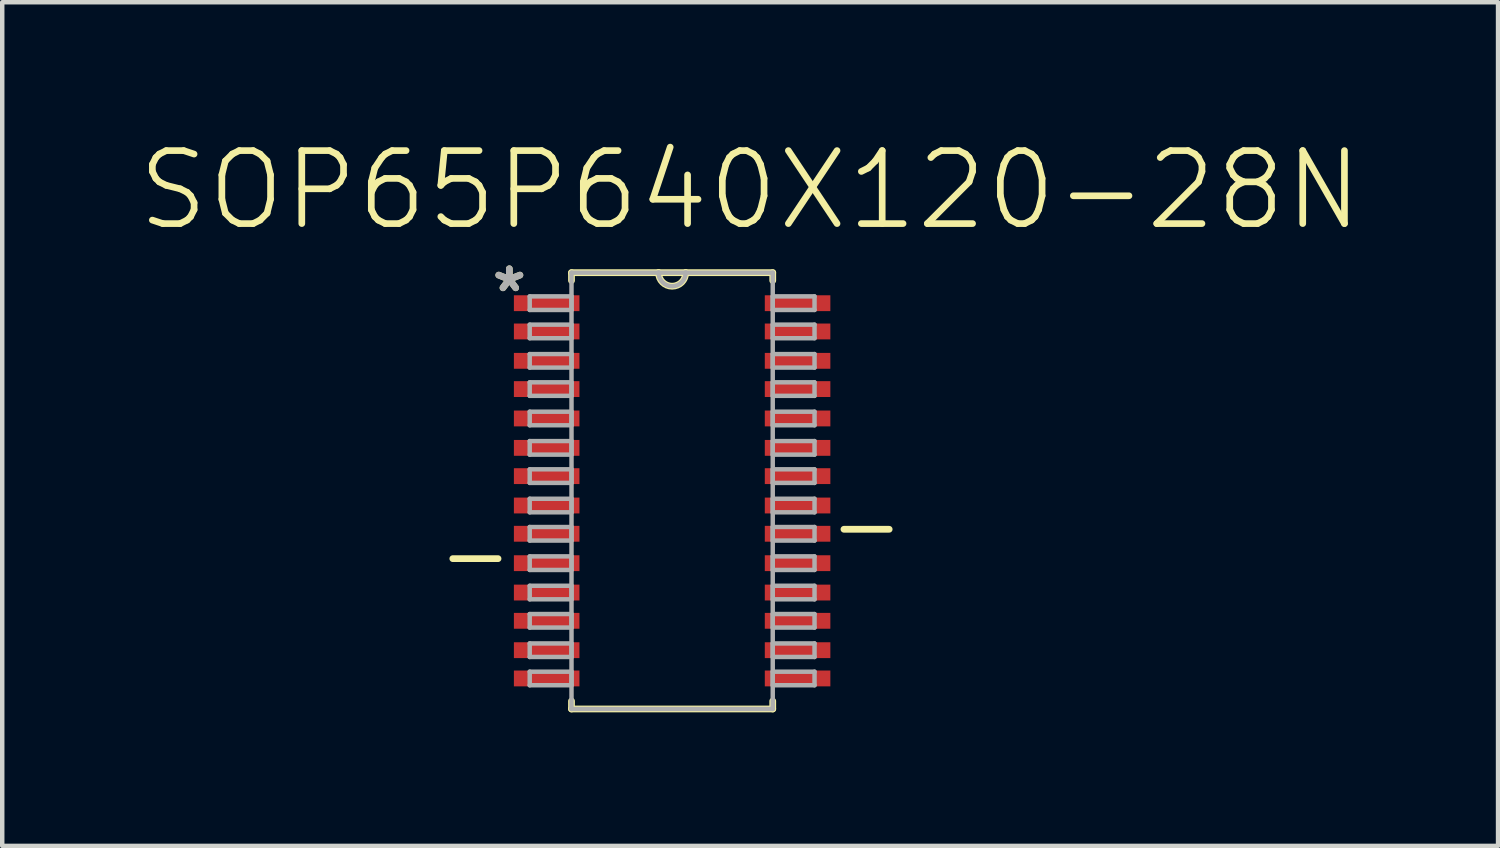
<source format=kicad_pcb>
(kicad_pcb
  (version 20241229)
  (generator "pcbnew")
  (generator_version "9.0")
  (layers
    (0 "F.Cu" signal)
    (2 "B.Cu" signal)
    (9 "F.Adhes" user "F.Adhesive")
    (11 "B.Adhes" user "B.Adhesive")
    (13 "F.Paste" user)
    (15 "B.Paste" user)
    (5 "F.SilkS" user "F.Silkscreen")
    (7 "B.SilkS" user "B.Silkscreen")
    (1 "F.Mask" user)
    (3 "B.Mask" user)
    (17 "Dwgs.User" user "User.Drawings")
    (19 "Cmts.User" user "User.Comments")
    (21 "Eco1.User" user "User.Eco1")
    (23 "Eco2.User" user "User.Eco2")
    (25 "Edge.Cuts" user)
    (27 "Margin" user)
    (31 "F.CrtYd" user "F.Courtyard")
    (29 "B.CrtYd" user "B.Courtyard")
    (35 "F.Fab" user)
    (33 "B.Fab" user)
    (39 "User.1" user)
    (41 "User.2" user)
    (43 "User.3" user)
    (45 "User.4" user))
  (footprint "SOP65P640X120-28N"
    (layer "F.Cu")
    (at 12.053 7.979)
    (property "Reference" "SOP65P640X120-28N" (at 1.753 -6.756 0) (layer "F.SilkS") (effects (font (size 1.64 1.64) (thickness 0.15))))
    (attr smd)
    (fp_line (start -4.928 1.524) (end -3.912 1.524) (stroke (width 0.152) (type solid)) (layer "F.SilkS"))
    (fp_line (start -2.261 -4.902) (end -2.261 -4.724) (stroke (width 0.152) (type solid)) (layer "F.SilkS"))
    (fp_line (start -2.261 4.724) (end -2.261 4.902) (stroke (width 0.152) (type solid)) (layer "F.SilkS"))
    (fp_line (start -2.261 4.902) (end 2.261 4.902) (stroke (width 0.152) (type solid)) (layer "F.SilkS"))
    (fp_line (start -0.305 -4.902) (end -2.261 -4.902) (stroke (width 0.152) (type solid)) (layer "F.SilkS"))
    (fp_line (start 0.305 -4.902) (end -0.305 -4.902) (stroke (width 0.152) (type solid)) (layer "F.SilkS"))
    (fp_line (start 2.261 -4.902) (end 0.305 -4.902) (stroke (width 0.152) (type solid)) (layer "F.SilkS"))
    (fp_line (start 2.261 -4.724) (end 2.261 -4.902) (stroke (width 0.152) (type solid)) (layer "F.SilkS"))
    (fp_line (start 2.261 4.902) (end 2.261 4.724) (stroke (width 0.152) (type solid)) (layer "F.SilkS"))
    (fp_line (start 3.861 0.864) (end 4.877 0.864) (stroke (width 0.152) (type solid)) (layer "F.SilkS"))
    (fp_arc (start 0.3048 -4.9022) (mid 0 -4.5974) (end -0.3048 -4.9022) (stroke (width 0.1524) (type solid)) (layer "F.SilkS"))
    (fp_line (start -3.2 -4.369) (end -3.2 -4.064) (stroke (width 0.1) (type solid)) (layer "F.Fab"))
    (fp_line (start -3.2 -4.064) (end -2.261 -4.064) (stroke (width 0.1) (type solid)) (layer "F.Fab"))
    (fp_line (start -3.2 -3.734) (end -3.2 -3.429) (stroke (width 0.1) (type solid)) (layer "F.Fab"))
    (fp_line (start -3.2 -3.429) (end -2.261 -3.429) (stroke (width 0.1) (type solid)) (layer "F.Fab"))
    (fp_line (start -3.2 -3.073) (end -3.2 -2.769) (stroke (width 0.1) (type solid)) (layer "F.Fab"))
    (fp_line (start -3.2 -2.769) (end -2.261 -2.769) (stroke (width 0.1) (type solid)) (layer "F.Fab"))
    (fp_line (start -3.2 -2.438) (end -3.2 -2.134) (stroke (width 0.1) (type solid)) (layer "F.Fab"))
    (fp_line (start -3.2 -2.134) (end -2.261 -2.134) (stroke (width 0.1) (type solid)) (layer "F.Fab"))
    (fp_line (start -3.2 -1.778) (end -3.2 -1.473) (stroke (width 0.1) (type solid)) (layer "F.Fab"))
    (fp_line (start -3.2 -1.473) (end -2.261 -1.473) (stroke (width 0.1) (type solid)) (layer "F.Fab"))
    (fp_line (start -3.2 -1.118) (end -3.2 -0.813) (stroke (width 0.1) (type solid)) (layer "F.Fab"))
    (fp_line (start -3.2 -0.813) (end -2.261 -0.813) (stroke (width 0.1) (type solid)) (layer "F.Fab"))
    (fp_line (start -3.2 -0.483) (end -3.2 -0.178) (stroke (width 0.1) (type solid)) (layer "F.Fab"))
    (fp_line (start -3.2 -0.178) (end -2.261 -0.178) (stroke (width 0.1) (type solid)) (layer "F.Fab"))
    (fp_line (start -3.2 0.178) (end -3.2 0.483) (stroke (width 0.1) (type solid)) (layer "F.Fab"))
    (fp_line (start -3.2 0.483) (end -2.261 0.483) (stroke (width 0.1) (type solid)) (layer "F.Fab"))
    (fp_line (start -3.2 0.813) (end -3.2 1.118) (stroke (width 0.1) (type solid)) (layer "F.Fab"))
    (fp_line (start -3.2 1.118) (end -2.261 1.118) (stroke (width 0.1) (type solid)) (layer "F.Fab"))
    (fp_line (start -3.2 1.473) (end -3.2 1.778) (stroke (width 0.1) (type solid)) (layer "F.Fab"))
    (fp_line (start -3.2 1.778) (end -2.261 1.778) (stroke (width 0.1) (type solid)) (layer "F.Fab"))
    (fp_line (start -3.2 2.134) (end -3.2 2.438) (stroke (width 0.1) (type solid)) (layer "F.Fab"))
    (fp_line (start -3.2 2.438) (end -2.261 2.438) (stroke (width 0.1) (type solid)) (layer "F.Fab"))
    (fp_line (start -3.2 2.769) (end -3.2 3.073) (stroke (width 0.1) (type solid)) (layer "F.Fab"))
    (fp_line (start -3.2 3.073) (end -2.261 3.073) (stroke (width 0.1) (type solid)) (layer "F.Fab"))
    (fp_line (start -3.2 3.429) (end -3.2 3.734) (stroke (width 0.1) (type solid)) (layer "F.Fab"))
    (fp_line (start -3.2 3.734) (end -2.261 3.734) (stroke (width 0.1) (type solid)) (layer "F.Fab"))
    (fp_line (start -3.2 4.064) (end -3.2 4.369) (stroke (width 0.1) (type solid)) (layer "F.Fab"))
    (fp_line (start -3.2 4.369) (end -2.261 4.369) (stroke (width 0.1) (type solid)) (layer "F.Fab"))
    (fp_line (start -2.261 -4.902) (end -2.261 4.902) (stroke (width 0.1) (type solid)) (layer "F.Fab"))
    (fp_line (start -2.261 -4.369) (end -3.2 -4.369) (stroke (width 0.1) (type solid)) (layer "F.Fab"))
    (fp_line (start -2.261 -4.064) (end -2.261 -4.369) (stroke (width 0.1) (type solid)) (layer "F.Fab"))
    (fp_line (start -2.261 -3.734) (end -3.2 -3.734) (stroke (width 0.1) (type solid)) (layer "F.Fab"))
    (fp_line (start -2.261 -3.429) (end -2.261 -3.734) (stroke (width 0.1) (type solid)) (layer "F.Fab"))
    (fp_line (start -2.261 -3.073) (end -3.2 -3.073) (stroke (width 0.1) (type solid)) (layer "F.Fab"))
    (fp_line (start -2.261 -2.769) (end -2.261 -3.073) (stroke (width 0.1) (type solid)) (layer "F.Fab"))
    (fp_line (start -2.261 -2.438) (end -3.2 -2.438) (stroke (width 0.1) (type solid)) (layer "F.Fab"))
    (fp_line (start -2.261 -2.134) (end -2.261 -2.438) (stroke (width 0.1) (type solid)) (layer "F.Fab"))
    (fp_line (start -2.261 -1.778) (end -3.2 -1.778) (stroke (width 0.1) (type solid)) (layer "F.Fab"))
    (fp_line (start -2.261 -1.473) (end -2.261 -1.778) (stroke (width 0.1) (type solid)) (layer "F.Fab"))
    (fp_line (start -2.261 -1.118) (end -3.2 -1.118) (stroke (width 0.1) (type solid)) (layer "F.Fab"))
    (fp_line (start -2.261 -0.813) (end -2.261 -1.118) (stroke (width 0.1) (type solid)) (layer "F.Fab"))
    (fp_line (start -2.261 -0.483) (end -3.2 -0.483) (stroke (width 0.1) (type solid)) (layer "F.Fab"))
    (fp_line (start -2.261 -0.178) (end -2.261 -0.483) (stroke (width 0.1) (type solid)) (layer "F.Fab"))
    (fp_line (start -2.261 0.178) (end -3.2 0.178) (stroke (width 0.1) (type solid)) (layer "F.Fab"))
    (fp_line (start -2.261 0.483) (end -2.261 0.178) (stroke (width 0.1) (type solid)) (layer "F.Fab"))
    (fp_line (start -2.261 0.813) (end -3.2 0.813) (stroke (width 0.1) (type solid)) (layer "F.Fab"))
    (fp_line (start -2.261 1.118) (end -2.261 0.813) (stroke (width 0.1) (type solid)) (layer "F.Fab"))
    (fp_line (start -2.261 1.473) (end -3.2 1.473) (stroke (width 0.1) (type solid)) (layer "F.Fab"))
    (fp_line (start -2.261 1.778) (end -2.261 1.473) (stroke (width 0.1) (type solid)) (layer "F.Fab"))
    (fp_line (start -2.261 2.134) (end -3.2 2.134) (stroke (width 0.1) (type solid)) (layer "F.Fab"))
    (fp_line (start -2.261 2.438) (end -2.261 2.134) (stroke (width 0.1) (type solid)) (layer "F.Fab"))
    (fp_line (start -2.261 2.769) (end -3.2 2.769) (stroke (width 0.1) (type solid)) (layer "F.Fab"))
    (fp_line (start -2.261 3.073) (end -2.261 2.769) (stroke (width 0.1) (type solid)) (layer "F.Fab"))
    (fp_line (start -2.261 3.429) (end -3.2 3.429) (stroke (width 0.1) (type solid)) (layer "F.Fab"))
    (fp_line (start -2.261 3.734) (end -2.261 3.429) (stroke (width 0.1) (type solid)) (layer "F.Fab"))
    (fp_line (start -2.261 4.064) (end -3.2 4.064) (stroke (width 0.1) (type solid)) (layer "F.Fab"))
    (fp_line (start -2.261 4.369) (end -2.261 4.064) (stroke (width 0.1) (type solid)) (layer "F.Fab"))
    (fp_line (start -2.261 4.902) (end 2.261 4.902) (stroke (width 0.1) (type solid)) (layer "F.Fab"))
    (fp_line (start -0.305 -4.902) (end -2.261 -4.902) (stroke (width 0.1) (type solid)) (layer "F.Fab"))
    (fp_line (start 0.305 -4.902) (end -0.305 -4.902) (stroke (width 0.1) (type solid)) (layer "F.Fab"))
    (fp_line (start 2.261 -4.902) (end 0.305 -4.902) (stroke (width 0.1) (type solid)) (layer "F.Fab"))
    (fp_line (start 2.261 -4.369) (end 2.261 -4.064) (stroke (width 0.1) (type solid)) (layer "F.Fab"))
    (fp_line (start 2.261 -4.064) (end 3.2 -4.064) (stroke (width 0.1) (type solid)) (layer "F.Fab"))
    (fp_line (start 2.261 -3.734) (end 2.261 -3.429) (stroke (width 0.1) (type solid)) (layer "F.Fab"))
    (fp_line (start 2.261 -3.429) (end 3.2 -3.429) (stroke (width 0.1) (type solid)) (layer "F.Fab"))
    (fp_line (start 2.261 -3.073) (end 2.261 -2.769) (stroke (width 0.1) (type solid)) (layer "F.Fab"))
    (fp_line (start 2.261 -2.769) (end 3.2 -2.769) (stroke (width 0.1) (type solid)) (layer "F.Fab"))
    (fp_line (start 2.261 -2.438) (end 2.261 -2.134) (stroke (width 0.1) (type solid)) (layer "F.Fab"))
    (fp_line (start 2.261 -2.134) (end 3.2 -2.134) (stroke (width 0.1) (type solid)) (layer "F.Fab"))
    (fp_line (start 2.261 -1.778) (end 2.261 -1.473) (stroke (width 0.1) (type solid)) (layer "F.Fab"))
    (fp_line (start 2.261 -1.473) (end 3.2 -1.473) (stroke (width 0.1) (type solid)) (layer "F.Fab"))
    (fp_line (start 2.261 -1.118) (end 2.261 -0.813) (stroke (width 0.1) (type solid)) (layer "F.Fab"))
    (fp_line (start 2.261 -0.813) (end 3.2 -0.813) (stroke (width 0.1) (type solid)) (layer "F.Fab"))
    (fp_line (start 2.261 -0.483) (end 2.261 -0.178) (stroke (width 0.1) (type solid)) (layer "F.Fab"))
    (fp_line (start 2.261 -0.178) (end 3.2 -0.178) (stroke (width 0.1) (type solid)) (layer "F.Fab"))
    (fp_line (start 2.261 0.178) (end 2.261 0.483) (stroke (width 0.1) (type solid)) (layer "F.Fab"))
    (fp_line (start 2.261 0.483) (end 3.2 0.483) (stroke (width 0.1) (type solid)) (layer "F.Fab"))
    (fp_line (start 2.261 0.813) (end 2.261 1.118) (stroke (width 0.1) (type solid)) (layer "F.Fab"))
    (fp_line (start 2.261 1.118) (end 3.2 1.118) (stroke (width 0.1) (type solid)) (layer "F.Fab"))
    (fp_line (start 2.261 1.473) (end 2.261 1.778) (stroke (width 0.1) (type solid)) (layer "F.Fab"))
    (fp_line (start 2.261 1.778) (end 3.2 1.778) (stroke (width 0.1) (type solid)) (layer "F.Fab"))
    (fp_line (start 2.261 2.134) (end 2.261 2.438) (stroke (width 0.1) (type solid)) (layer "F.Fab"))
    (fp_line (start 2.261 2.438) (end 3.2 2.438) (stroke (width 0.1) (type solid)) (layer "F.Fab"))
    (fp_line (start 2.261 2.769) (end 2.261 3.073) (stroke (width 0.1) (type solid)) (layer "F.Fab"))
    (fp_line (start 2.261 3.073) (end 3.2 3.073) (stroke (width 0.1) (type solid)) (layer "F.Fab"))
    (fp_line (start 2.261 3.429) (end 2.261 3.734) (stroke (width 0.1) (type solid)) (layer "F.Fab"))
    (fp_line (start 2.261 3.734) (end 3.2 3.734) (stroke (width 0.1) (type solid)) (layer "F.Fab"))
    (fp_line (start 2.261 4.064) (end 2.261 4.369) (stroke (width 0.1) (type solid)) (layer "F.Fab"))
    (fp_line (start 2.261 4.369) (end 3.2 4.369) (stroke (width 0.1) (type solid)) (layer "F.Fab"))
    (fp_line (start 2.261 4.902) (end 2.261 -4.902) (stroke (width 0.1) (type solid)) (layer "F.Fab"))
    (fp_line (start 3.2 -4.369) (end 2.261 -4.369) (stroke (width 0.1) (type solid)) (layer "F.Fab"))
    (fp_line (start 3.2 -4.064) (end 3.2 -4.369) (stroke (width 0.1) (type solid)) (layer "F.Fab"))
    (fp_line (start 3.2 -3.734) (end 2.261 -3.734) (stroke (width 0.1) (type solid)) (layer "F.Fab"))
    (fp_line (start 3.2 -3.429) (end 3.2 -3.734) (stroke (width 0.1) (type solid)) (layer "F.Fab"))
    (fp_line (start 3.2 -3.073) (end 2.261 -3.073) (stroke (width 0.1) (type solid)) (layer "F.Fab"))
    (fp_line (start 3.2 -2.769) (end 3.2 -3.073) (stroke (width 0.1) (type solid)) (layer "F.Fab"))
    (fp_line (start 3.2 -2.438) (end 2.261 -2.438) (stroke (width 0.1) (type solid)) (layer "F.Fab"))
    (fp_line (start 3.2 -2.134) (end 3.2 -2.438) (stroke (width 0.1) (type solid)) (layer "F.Fab"))
    (fp_line (start 3.2 -1.778) (end 2.261 -1.778) (stroke (width 0.1) (type solid)) (layer "F.Fab"))
    (fp_line (start 3.2 -1.473) (end 3.2 -1.778) (stroke (width 0.1) (type solid)) (layer "F.Fab"))
    (fp_line (start 3.2 -1.118) (end 2.261 -1.118) (stroke (width 0.1) (type solid)) (layer "F.Fab"))
    (fp_line (start 3.2 -0.813) (end 3.2 -1.118) (stroke (width 0.1) (type solid)) (layer "F.Fab"))
    (fp_line (start 3.2 -0.483) (end 2.261 -0.483) (stroke (width 0.1) (type solid)) (layer "F.Fab"))
    (fp_line (start 3.2 -0.178) (end 3.2 -0.483) (stroke (width 0.1) (type solid)) (layer "F.Fab"))
    (fp_line (start 3.2 0.178) (end 2.261 0.178) (stroke (width 0.1) (type solid)) (layer "F.Fab"))
    (fp_line (start 3.2 0.483) (end 3.2 0.178) (stroke (width 0.1) (type solid)) (layer "F.Fab"))
    (fp_line (start 3.2 0.813) (end 2.261 0.813) (stroke (width 0.1) (type solid)) (layer "F.Fab"))
    (fp_line (start 3.2 1.118) (end 3.2 0.813) (stroke (width 0.1) (type solid)) (layer "F.Fab"))
    (fp_line (start 3.2 1.473) (end 2.261 1.473) (stroke (width 0.1) (type solid)) (layer "F.Fab"))
    (fp_line (start 3.2 1.778) (end 3.2 1.473) (stroke (width 0.1) (type solid)) (layer "F.Fab"))
    (fp_line (start 3.2 2.134) (end 2.261 2.134) (stroke (width 0.1) (type solid)) (layer "F.Fab"))
    (fp_line (start 3.2 2.438) (end 3.2 2.134) (stroke (width 0.1) (type solid)) (layer "F.Fab"))
    (fp_line (start 3.2 2.769) (end 2.261 2.769) (stroke (width 0.1) (type solid)) (layer "F.Fab"))
    (fp_line (start 3.2 3.073) (end 3.2 2.769) (stroke (width 0.1) (type solid)) (layer "F.Fab"))
    (fp_line (start 3.2 3.429) (end 2.261 3.429) (stroke (width 0.1) (type solid)) (layer "F.Fab"))
    (fp_line (start 3.2 3.734) (end 3.2 3.429) (stroke (width 0.1) (type solid)) (layer "F.Fab"))
    (fp_line (start 3.2 4.064) (end 2.261 4.064) (stroke (width 0.1) (type solid)) (layer "F.Fab"))
    (fp_line (start 3.2 4.369) (end 3.2 4.064) (stroke (width 0.1) (type solid)) (layer "F.Fab"))
    (fp_arc (start 0.3048 -4.9022) (mid 0 -4.5974) (end -0.3048 -4.9022) (stroke (width 0.1) (type solid)) (layer "F.Fab"))
    (fp_text user "*" (at -3.658 -4.445 0) (layer "F.SilkS") (effects (font (size 1 1) (thickness 0.15))))
    (fp_text user "*" (at -3.658 -4.445 0) (layer "F.Fab") (effects (font (size 1 1) (thickness 0.15))))
    (pad "1" smd rect (at -2.819 -4.216) (size 1.473 0.356) (layers "F.Cu" "F.Mask" "F.Paste"))
    (pad "2" smd rect (at -2.819 -3.581) (size 1.473 0.356) (layers "F.Cu" "F.Mask" "F.Paste"))
    (pad "3" smd rect (at -2.819 -2.921) (size 1.473 0.356) (layers "F.Cu" "F.Mask" "F.Paste"))
    (pad "4" smd rect (at -2.819 -2.286) (size 1.473 0.356) (layers "F.Cu" "F.Mask" "F.Paste"))
    (pad "5" smd rect (at -2.819 -1.626) (size 1.473 0.356) (layers "F.Cu" "F.Mask" "F.Paste"))
    (pad "6" smd rect (at -2.819 -0.965) (size 1.473 0.356) (layers "F.Cu" "F.Mask" "F.Paste"))
    (pad "7" smd rect (at -2.819 -0.33) (size 1.473 0.356) (layers "F.Cu" "F.Mask" "F.Paste"))
    (pad "8" smd rect (at -2.819 0.33) (size 1.473 0.356) (layers "F.Cu" "F.Mask" "F.Paste"))
    (pad "9" smd rect (at -2.819 0.965) (size 1.473 0.356) (layers "F.Cu" "F.Mask" "F.Paste"))
    (pad "10" smd rect (at -2.819 1.626) (size 1.473 0.356) (layers "F.Cu" "F.Mask" "F.Paste"))
    (pad "11" smd rect (at -2.819 2.286) (size 1.473 0.356) (layers "F.Cu" "F.Mask" "F.Paste"))
    (pad "12" smd rect (at -2.819 2.921) (size 1.473 0.356) (layers "F.Cu" "F.Mask" "F.Paste"))
    (pad "13" smd rect (at -2.819 3.581) (size 1.473 0.356) (layers "F.Cu" "F.Mask" "F.Paste"))
    (pad "14" smd rect (at -2.819 4.216) (size 1.473 0.356) (layers "F.Cu" "F.Mask" "F.Paste"))
    (pad "15" smd rect (at 2.819 4.216) (size 1.473 0.356) (layers "F.Cu" "F.Mask" "F.Paste"))
    (pad "16" smd rect (at 2.819 3.581) (size 1.473 0.356) (layers "F.Cu" "F.Mask" "F.Paste"))
    (pad "17" smd rect (at 2.819 2.921) (size 1.473 0.356) (layers "F.Cu" "F.Mask" "F.Paste"))
    (pad "18" smd rect (at 2.819 2.286) (size 1.473 0.356) (layers "F.Cu" "F.Mask" "F.Paste"))
    (pad "19" smd rect (at 2.819 1.626) (size 1.473 0.356) (layers "F.Cu" "F.Mask" "F.Paste"))
    (pad "20" smd rect (at 2.819 0.965) (size 1.473 0.356) (layers "F.Cu" "F.Mask" "F.Paste"))
    (pad "21" smd rect (at 2.819 0.33) (size 1.473 0.356) (layers "F.Cu" "F.Mask" "F.Paste"))
    (pad "22" smd rect (at 2.819 -0.33) (size 1.473 0.356) (layers "F.Cu" "F.Mask" "F.Paste"))
    (pad "23" smd rect (at 2.819 -0.965) (size 1.473 0.356) (layers "F.Cu" "F.Mask" "F.Paste"))
    (pad "24" smd rect (at 2.819 -1.626) (size 1.473 0.356) (layers "F.Cu" "F.Mask" "F.Paste"))
    (pad "25" smd rect (at 2.819 -2.286) (size 1.473 0.356) (layers "F.Cu" "F.Mask" "F.Paste"))
    (pad "26" smd rect (at 2.819 -2.921) (size 1.473 0.356) (layers "F.Cu" "F.Mask" "F.Paste"))
    (pad "27" smd rect (at 2.819 -3.581) (size 1.473 0.356) (layers "F.Cu" "F.Mask" "F.Paste"))
    (pad "28" smd rect (at 2.819 -4.216) (size 1.473 0.356) (layers "F.Cu" "F.Mask" "F.Paste")))
  (gr_rect
    (start -3 -3)
    (end 30.612 15.957)
    (stroke (width 0.1) (type default))
    (fill no)
    (layer "Edge.Cuts")))
</source>
